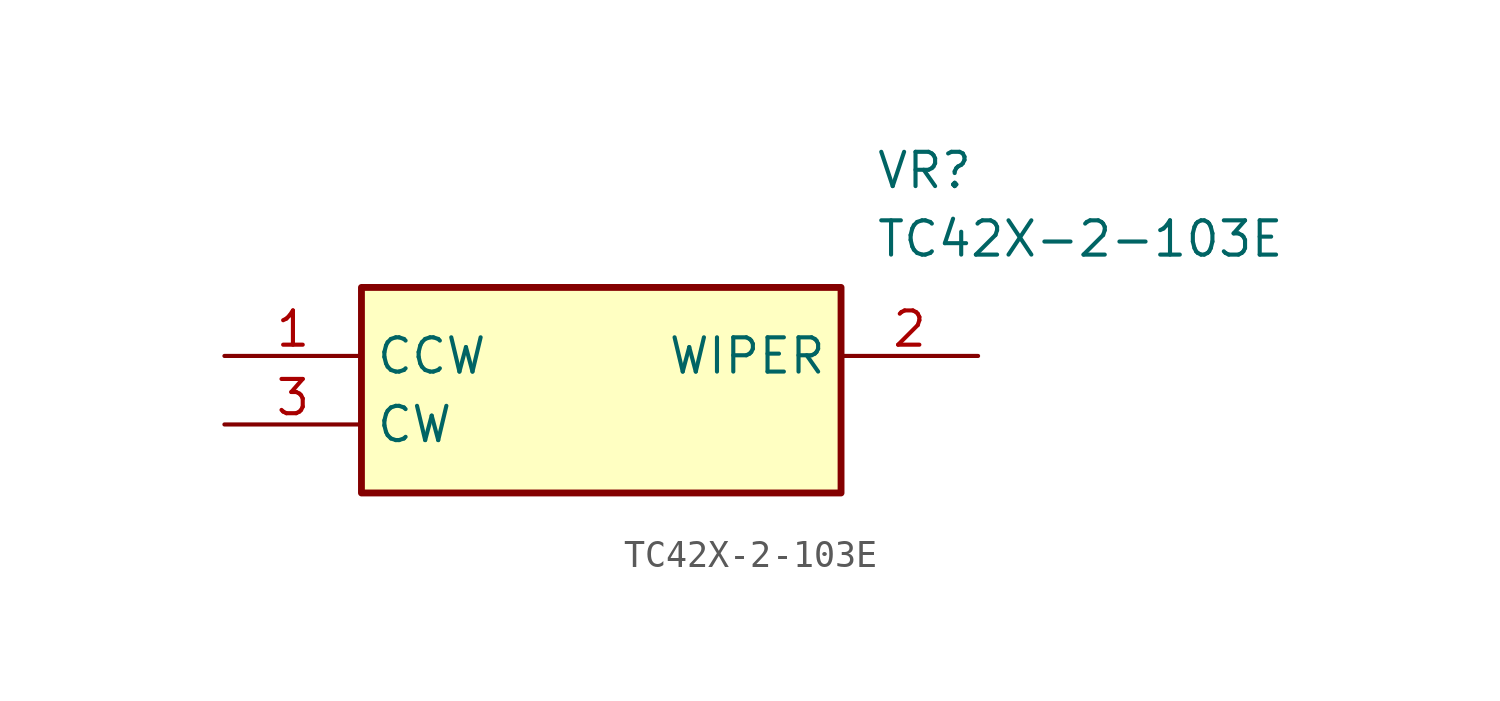
<source format=kicad_sym>
(kicad_symbol_lib
  (version 20211014)
  (generator SamacSys_ECAD_Model)
  (symbol "TC42X-2-103E"
    (property "Reference" "VR"
      (at 24.13 7.62 0)
      (effects (font (size 1.27 1.27)) (justify left top)))
    (property "Value" "TC42X-2-103E"
      (at 24.13 5.08 0)
      (effects (font (size 1.27 1.27)) (justify left top)))
    (rectangle
      (start 5.08 2.54)
      (end 22.86 -5.08)
      (stroke (width 0.254) (type default))
      (fill (type background)))
    (pin passive line
      (at 0 0 0)
      (length 5.08)
      (name "CCW" (effects (font (size 1.27 1.27))))
      (number "1" (effects (font (size 1.27 1.27)))))
    (pin passive line
      (at 27.94 0 180)
      (length 5.08)
      (name "WIPER" (effects (font (size 1.27 1.27))))
      (number "2" (effects (font (size 1.27 1.27)))))
    (pin passive line
      (at 0 -2.54 0)
      (length 5.08)
      (name "CW" (effects (font (size 1.27 1.27))))
      (number "3" (effects (font (size 1.27 1.27)))))))
</source>
